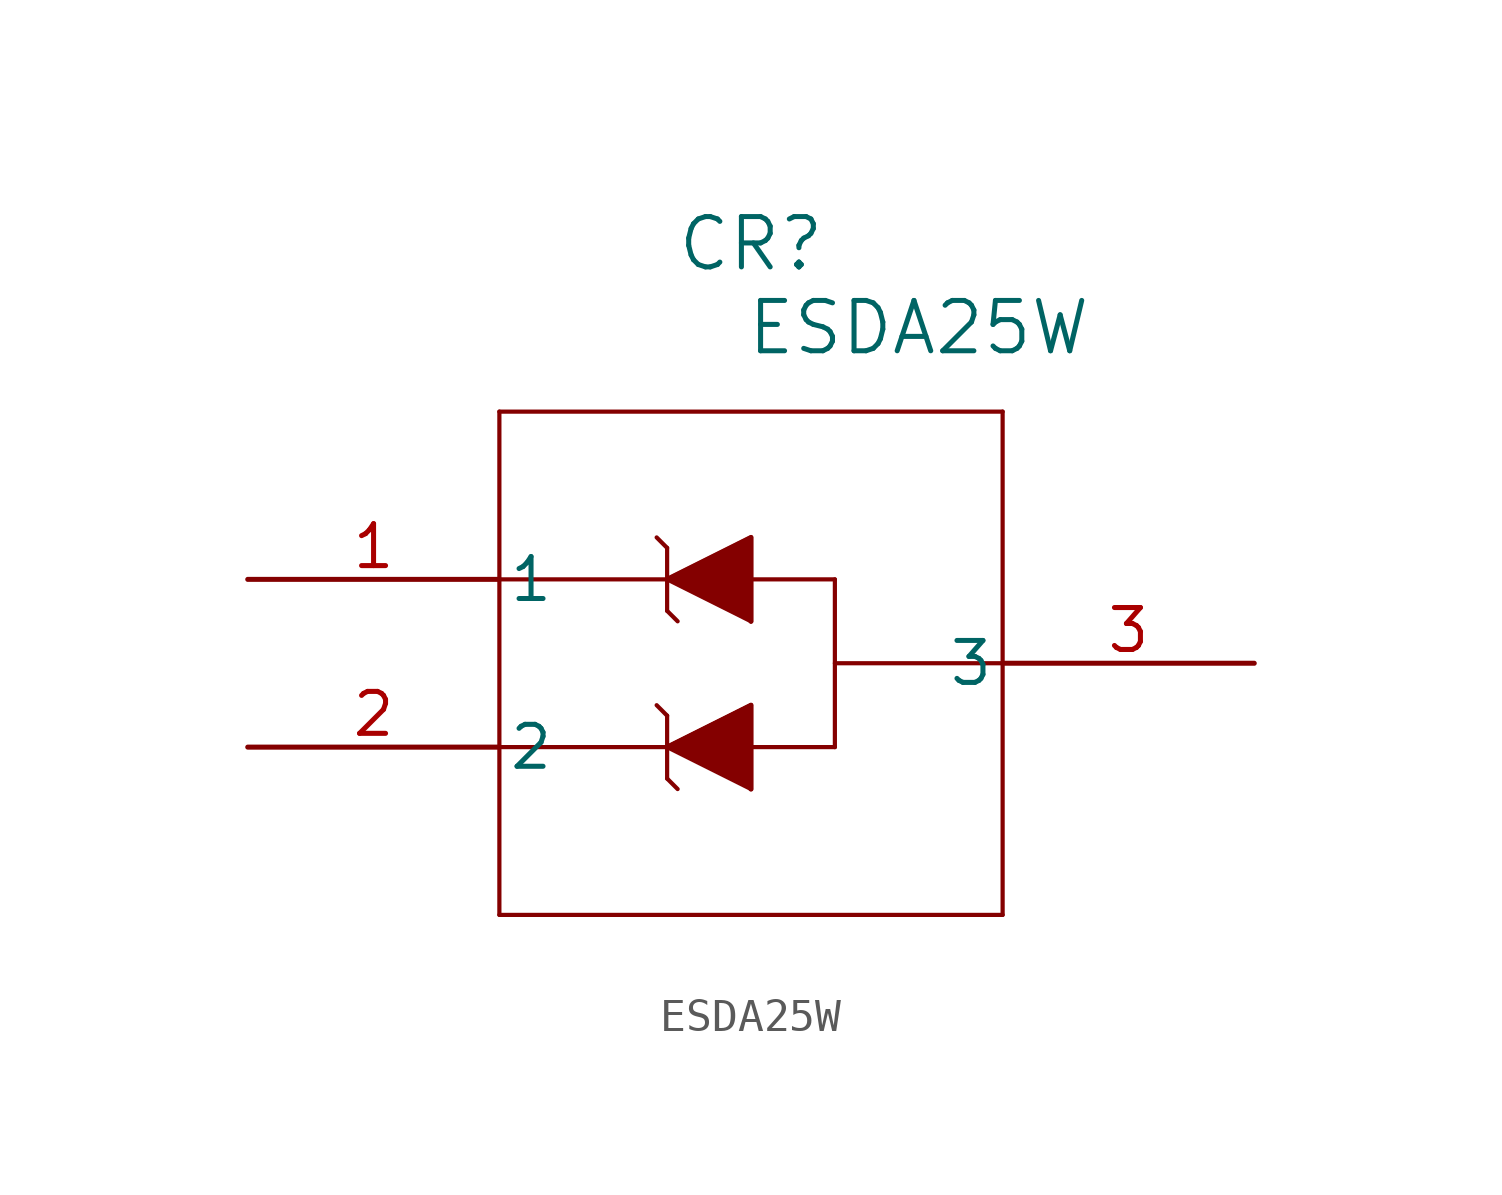
<source format=kicad_sym>
(kicad_symbol_lib
  (version 20211014)
  (generator kicad_symbol_editor)
  (symbol "ESDA25W"
    (pin_names
      (offset 0.254))
    (property "Reference" "CR"
      (at 15.24 10.16 0)
      (effects (font (size 1.524 1.524))))
    (property "Value" "ESDA25W"
      (at 20.32 7.62 0)
      (effects (font (size 1.524 1.524))))
    (symbol "ESDA25W_0_1"
      (polyline (pts (xy 7.62 5.08) (xy 7.62 -10.16)) (stroke (width 0.127) (type default) (color 0 0 0 0)) (fill (type none)))
      (polyline (pts (xy 7.62 -10.16) (xy 22.86 -10.16)) (stroke (width 0.127) (type default) (color 0 0 0 0)) (fill (type none)))
      (polyline (pts (xy 22.86 -10.16) (xy 22.86 5.08)) (stroke (width 0.127) (type default) (color 0 0 0 0)) (fill (type none)))
      (polyline (pts (xy 22.86 5.08) (xy 7.62 5.08)) (stroke (width 0.127) (type default) (color 0 0 0 0)) (fill (type none)))
      (polyline (pts (xy 7.62 0) (xy 17.78 0)) (stroke (width 0.127) (type default) (color 0 0 0 0)) (fill (type none)))
      (polyline (pts (xy 17.78 0) (xy 17.78 -5.08)) (stroke (width 0.127) (type default) (color 0 0 0 0)) (fill (type none)))
      (polyline (pts (xy 17.78 -5.08) (xy 7.62 -5.08)) (stroke (width 0.127) (type default) (color 0 0 0 0)) (fill (type none)))
      (polyline (pts (xy 17.78 -2.54) (xy 22.86 -2.54)) (stroke (width 0.127) (type default) (color 0 0 0 0)) (fill (type none)))
      (polyline (pts (xy 12.7 0) (xy 15.24 1.27)) (stroke (width 0.127) (type default) (color 0 0 0 0)) (fill (type none)))
      (polyline (pts (xy 15.24 1.27) (xy 15.24 -1.27)) (stroke (width 0.127) (type default) (color 0 0 0 0)) (fill (type none)))
      (polyline (pts (xy 15.24 -1.27) (xy 12.7 0)) (stroke (width 0.127) (type default) (color 0 0 0 0)) (fill (type none)))
      (polyline (pts (xy 12.7 -5.08) (xy 15.24 -3.81)) (stroke (width 0.127) (type default) (color 0 0 0 0)) (fill (type none)))
      (polyline (pts (xy 15.24 -3.81) (xy 15.24 -6.35)) (stroke (width 0.127) (type default) (color 0 0 0 0)) (fill (type none)))
      (polyline (pts (xy 15.24 -6.35) (xy 12.7 -5.08)) (stroke (width 0.127) (type default) (color 0 0 0 0)) (fill (type none)))
      (polyline (pts (xy 12.7 0.953) (xy 12.7 -0.953)) (stroke (width 0.127) (type default) (color 0 0 0 0)) (fill (type none)))
      (polyline (pts (xy 12.7 -4.128) (xy 12.7 -6.032)) (stroke (width 0.127) (type default) (color 0 0 0 0)) (fill (type none)))
      (polyline (pts (xy 12.7 0.953) (xy 12.383 1.27)) (stroke (width 0.127) (type default) (color 0 0 0 0)) (fill (type none)))
      (polyline (pts (xy 12.7 -0.953) (xy 13.018 -1.27)) (stroke (width 0.127) (type default) (color 0 0 0 0)) (fill (type none)))
      (polyline (pts (xy 12.7 -4.128) (xy 12.383 -3.81)) (stroke (width 0.127) (type default) (color 0 0 0 0)) (fill (type none)))
      (polyline (pts (xy 12.7 -6.032) (xy 13.018 -6.35)) (stroke (width 0.127) (type default) (color 0 0 0 0)) (fill (type none)))
      (polyline (pts (xy 12.7 0) (xy 15.24 1.27) (xy 15.24 -1.27)) (stroke (width 0) (type default) (color 0 0 0 0)) (fill (type outline)))
      (polyline (pts (xy 12.7 -5.08) (xy 15.24 -3.81) (xy 15.24 -6.35)) (stroke (width 0) (type default) (color 0 0 0 0)) (fill (type outline)))
      (pin unspecified line (at 0 0 0) (length 7.62) (name "1" (effects (font (size 1.27 1.27)))) (number "1" (effects (font (size 1.27 1.27)))))
      (pin unspecified line (at 0 -5.08 0) (length 7.62) (name "2" (effects (font (size 1.27 1.27)))) (number "2" (effects (font (size 1.27 1.27)))))
      (pin unspecified line (at 30.48 -2.54 180) (length 7.62) (name "3" (effects (font (size 1.27 1.27)))) (number "3" (effects (font (size 1.27 1.27))))))))
</source>
